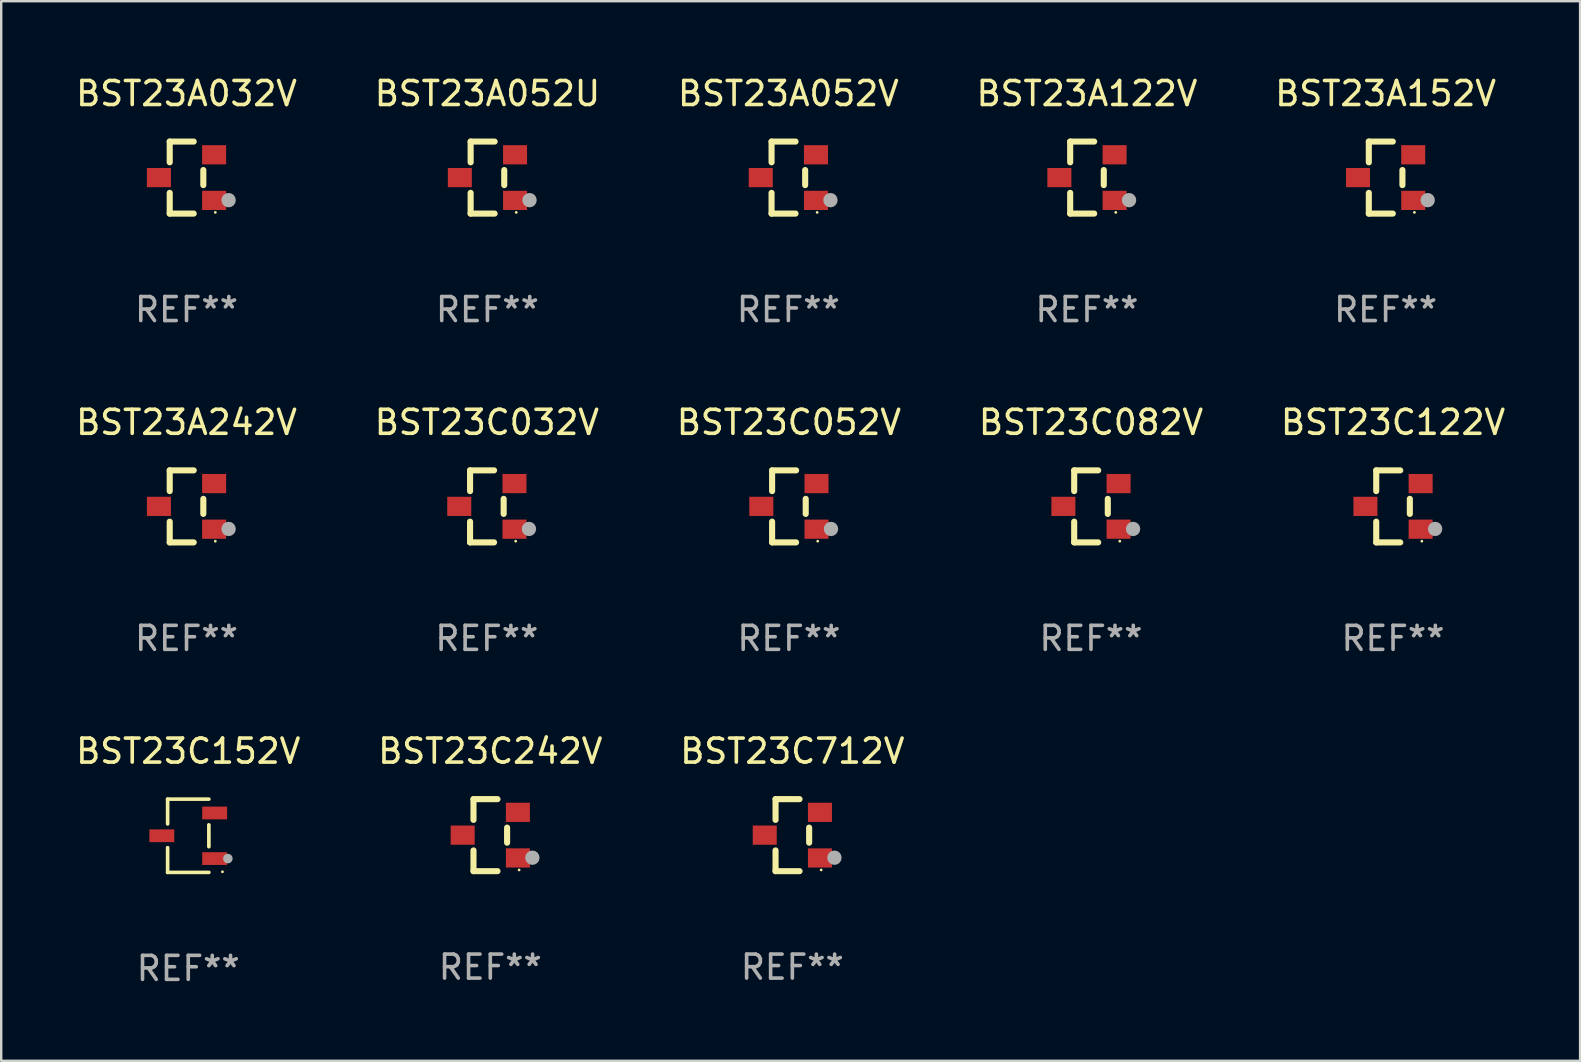
<source format=kicad_pcb>
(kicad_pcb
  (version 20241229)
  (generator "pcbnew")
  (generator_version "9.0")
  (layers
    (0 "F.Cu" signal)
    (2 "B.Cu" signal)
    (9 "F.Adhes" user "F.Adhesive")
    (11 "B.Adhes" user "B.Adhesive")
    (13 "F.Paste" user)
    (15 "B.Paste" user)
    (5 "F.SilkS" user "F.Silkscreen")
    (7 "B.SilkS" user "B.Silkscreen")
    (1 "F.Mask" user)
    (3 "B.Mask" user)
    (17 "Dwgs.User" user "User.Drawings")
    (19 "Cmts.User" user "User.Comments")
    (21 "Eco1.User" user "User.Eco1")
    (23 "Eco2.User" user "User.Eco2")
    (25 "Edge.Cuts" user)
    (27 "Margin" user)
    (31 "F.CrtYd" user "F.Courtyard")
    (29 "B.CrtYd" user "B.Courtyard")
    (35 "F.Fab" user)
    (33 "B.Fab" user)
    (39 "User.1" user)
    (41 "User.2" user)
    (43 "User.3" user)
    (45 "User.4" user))
  (footprint "BST23A052V"
    (layer "F.Cu")
    (at 29.792 4.348)
    (property "Reference" "BST23A052V" (at 0 -3.5 0) (layer "F.SilkS") (effects (font (size 1 1) (thickness 0.15))))
    (attr through_hole)
    (fp_line (start -0.7 -1.5) (end 0.3 -1.5) (stroke (width 0.254) (type solid)) (layer "F.SilkS"))
    (fp_line (start -0.7 -0.636) (end -0.7 -1.5) (stroke (width 0.254) (type solid)) (layer "F.SilkS"))
    (fp_line (start -0.7 1.5) (end -0.7 0.636) (stroke (width 0.254) (type solid)) (layer "F.SilkS"))
    (fp_line (start -0.7 1.5) (end 0.3 1.5) (stroke (width 0.254) (type solid)) (layer "F.SilkS"))
    (fp_line (start 0.7 0.314) (end 0.7 -0.314) (stroke (width 0.254) (type solid)) (layer "F.SilkS"))
    (fp_circle (center 1.2 1.45) (end 1.23 1.45) (stroke (width 0.06) (type solid)) (fill no) (layer "F.SilkS"))
    (fp_circle (center 1.753 0.94) (end 1.903 0.94) (stroke (width 0.3) (type solid)) (fill no) (layer "F.Fab"))
    (fp_text user "REF**" (at 0 5.5 0) (layer "F.Fab") (effects (font (size 1 1) (thickness 0.15))))
    (pad "1" smd rect (at 1.15 0.95 180) (size 1 0.8) (layers "F.Cu" "F.Mask" "F.Paste"))
    (pad "2" smd rect (at 1.15 -0.95 180) (size 1 0.8) (layers "F.Cu" "F.Mask" "F.Paste"))
    (pad "3" smd rect (at -1.15 -0.000051 180) (size 1 0.8) (layers "F.Cu" "F.Mask" "F.Paste")))
  (footprint "BST23A032V"
    (layer "F.Cu")
    (at 4.72 4.348)
    (property "Reference" "BST23A032V" (at 0 -3.5 0) (layer "F.SilkS") (effects (font (size 1 1) (thickness 0.15))))
    (attr through_hole)
    (fp_line (start -0.7 -1.5) (end 0.3 -1.5) (stroke (width 0.254) (type solid)) (layer "F.SilkS"))
    (fp_line (start -0.7 -0.636) (end -0.7 -1.5) (stroke (width 0.254) (type solid)) (layer "F.SilkS"))
    (fp_line (start -0.7 1.5) (end -0.7 0.636) (stroke (width 0.254) (type solid)) (layer "F.SilkS"))
    (fp_line (start -0.7 1.5) (end 0.3 1.5) (stroke (width 0.254) (type solid)) (layer "F.SilkS"))
    (fp_line (start 0.7 0.314) (end 0.7 -0.314) (stroke (width 0.254) (type solid)) (layer "F.SilkS"))
    (fp_circle (center 1.2 1.45) (end 1.23 1.45) (stroke (width 0.06) (type solid)) (fill no) (layer "F.SilkS"))
    (fp_circle (center 1.753 0.94) (end 1.903 0.94) (stroke (width 0.3) (type solid)) (fill no) (layer "F.Fab"))
    (fp_text user "REF**" (at 0 5.5 0) (layer "F.Fab") (effects (font (size 1 1) (thickness 0.15))))
    (pad "1" smd rect (at 1.15 0.95 180) (size 1 0.8) (layers "F.Cu" "F.Mask" "F.Paste"))
    (pad "2" smd rect (at 1.15 -0.95 180) (size 1 0.8) (layers "F.Cu" "F.Mask" "F.Paste"))
    (pad "3" smd rect (at -1.15 -0.000051 180) (size 1 0.8) (layers "F.Cu" "F.Mask" "F.Paste")))
  (footprint "BST23C152V"
    (layer "F.Cu")
    (at 4.792 31.767)
    (property "Reference" "BST23C152V" (at 0 -3.526 0) (layer "F.SilkS") (effects (font (size 1 1) (thickness 0.15))))
    (attr through_hole)
    (fp_line (start -0.859 -1.526) (end -0.859 -0.495) (stroke (width 0.152) (type solid)) (layer "F.SilkS"))
    (fp_line (start -0.859 1.526) (end -0.859 0.495) (stroke (width 0.152) (type solid)) (layer "F.SilkS"))
    (fp_line (start 0.859 -1.526) (end -0.859 -1.526) (stroke (width 0.152) (type solid)) (layer "F.SilkS"))
    (fp_line (start 0.859 -0.455) (end 0.859 0.455) (stroke (width 0.152) (type solid)) (layer "F.SilkS"))
    (fp_line (start 0.859 1.526) (end -0.859 1.526) (stroke (width 0.152) (type solid)) (layer "F.SilkS"))
    (fp_circle (center 1.425 1.5) (end 1.455 1.5) (stroke (width 0.06) (type solid)) (fill no) (layer "F.SilkS"))
    (fp_circle (center 1.65 0.95) (end 1.75 0.95) (stroke (width 0.2) (type solid)) (fill no) (layer "F.Fab"))
    (fp_text user "REF**" (at 0 5.526 0) (layer "F.Fab") (effects (font (size 1 1) (thickness 0.15))))
    (pad "1" smd rect (at 1.101 0.95) (size 1.037 0.532) (layers "F.Cu" "F.Mask" "F.Paste"))
    (pad "2" smd rect (at 1.101 -0.95) (size 1.037 0.532) (layers "F.Cu" "F.Mask" "F.Paste"))
    (pad "3" smd rect (at -1.101 0) (size 1.037 0.532) (layers "F.Cu" "F.Mask" "F.Paste")))
  (footprint "BST23A052U"
    (layer "F.Cu")
    (at 17.256 4.348)
    (property "Reference" "BST23A052U" (at 0 -3.5 0) (layer "F.SilkS") (effects (font (size 1 1) (thickness 0.15))))
    (attr through_hole)
    (fp_line (start -0.7 -1.5) (end 0.3 -1.5) (stroke (width 0.254) (type solid)) (layer "F.SilkS"))
    (fp_line (start -0.7 -0.636) (end -0.7 -1.5) (stroke (width 0.254) (type solid)) (layer "F.SilkS"))
    (fp_line (start -0.7 1.5) (end -0.7 0.636) (stroke (width 0.254) (type solid)) (layer "F.SilkS"))
    (fp_line (start -0.7 1.5) (end 0.3 1.5) (stroke (width 0.254) (type solid)) (layer "F.SilkS"))
    (fp_line (start 0.7 0.314) (end 0.7 -0.314) (stroke (width 0.254) (type solid)) (layer "F.SilkS"))
    (fp_circle (center 1.2 1.45) (end 1.23 1.45) (stroke (width 0.06) (type solid)) (fill no) (layer "F.SilkS"))
    (fp_circle (center 1.753 0.94) (end 1.903 0.94) (stroke (width 0.3) (type solid)) (fill no) (layer "F.Fab"))
    (fp_text user "REF**" (at 0 5.5 0) (layer "F.Fab") (effects (font (size 1 1) (thickness 0.15))))
    (pad "1" smd rect (at 1.15 0.95 180) (size 1 0.8) (layers "F.Cu" "F.Mask" "F.Paste"))
    (pad "2" smd rect (at 1.15 -0.95 180) (size 1 0.8) (layers "F.Cu" "F.Mask" "F.Paste"))
    (pad "3" smd rect (at -1.15 -0.000051 180) (size 1 0.8) (layers "F.Cu" "F.Mask" "F.Paste")))
  (footprint "BST23A122V"
    (layer "F.Cu")
    (at 42.232 4.348)
    (property "Reference" "BST23A122V" (at 0 -3.5 0) (layer "F.SilkS") (effects (font (size 1 1) (thickness 0.15))))
    (attr through_hole)
    (fp_line (start -0.7 -1.5) (end 0.3 -1.5) (stroke (width 0.254) (type solid)) (layer "F.SilkS"))
    (fp_line (start -0.7 -0.636) (end -0.7 -1.5) (stroke (width 0.254) (type solid)) (layer "F.SilkS"))
    (fp_line (start -0.7 1.5) (end -0.7 0.636) (stroke (width 0.254) (type solid)) (layer "F.SilkS"))
    (fp_line (start -0.7 1.5) (end 0.3 1.5) (stroke (width 0.254) (type solid)) (layer "F.SilkS"))
    (fp_line (start 0.7 0.314) (end 0.7 -0.314) (stroke (width 0.254) (type solid)) (layer "F.SilkS"))
    (fp_circle (center 1.2 1.45) (end 1.23 1.45) (stroke (width 0.06) (type solid)) (fill no) (layer "F.SilkS"))
    (fp_circle (center 1.753 0.94) (end 1.903 0.94) (stroke (width 0.3) (type solid)) (fill no) (layer "F.Fab"))
    (fp_text user "REF**" (at 0 5.5 0) (layer "F.Fab") (effects (font (size 1 1) (thickness 0.15))))
    (pad "1" smd rect (at 1.15 0.95 180) (size 1 0.8) (layers "F.Cu" "F.Mask" "F.Paste"))
    (pad "2" smd rect (at 1.15 -0.95 180) (size 1 0.8) (layers "F.Cu" "F.Mask" "F.Paste"))
    (pad "3" smd rect (at -1.15 -0.000051 180) (size 1 0.8) (layers "F.Cu" "F.Mask" "F.Paste")))
  (footprint "BST23A242V"
    (layer "F.Cu")
    (at 4.72 18.045)
    (property "Reference" "BST23A242V" (at 0 -3.5 0) (layer "F.SilkS") (effects (font (size 1 1) (thickness 0.15))))
    (attr through_hole)
    (fp_line (start -0.7 -1.5) (end 0.3 -1.5) (stroke (width 0.254) (type solid)) (layer "F.SilkS"))
    (fp_line (start -0.7 -0.636) (end -0.7 -1.5) (stroke (width 0.254) (type solid)) (layer "F.SilkS"))
    (fp_line (start -0.7 1.5) (end -0.7 0.636) (stroke (width 0.254) (type solid)) (layer "F.SilkS"))
    (fp_line (start -0.7 1.5) (end 0.3 1.5) (stroke (width 0.254) (type solid)) (layer "F.SilkS"))
    (fp_line (start 0.7 0.314) (end 0.7 -0.314) (stroke (width 0.254) (type solid)) (layer "F.SilkS"))
    (fp_circle (center 1.2 1.45) (end 1.23 1.45) (stroke (width 0.06) (type solid)) (fill no) (layer "F.SilkS"))
    (fp_circle (center 1.753 0.94) (end 1.903 0.94) (stroke (width 0.3) (type solid)) (fill no) (layer "F.Fab"))
    (fp_text user "REF**" (at 0 5.5 0) (layer "F.Fab") (effects (font (size 1 1) (thickness 0.15))))
    (pad "1" smd rect (at 1.15 0.95 180) (size 1 0.8) (layers "F.Cu" "F.Mask" "F.Paste"))
    (pad "2" smd rect (at 1.15 -0.95 180) (size 1 0.8) (layers "F.Cu" "F.Mask" "F.Paste"))
    (pad "3" smd rect (at -1.15 -0.000051 180) (size 1 0.8) (layers "F.Cu" "F.Mask" "F.Paste")))
  (footprint "BST23C032V"
    (layer "F.Cu")
    (at 17.232 18.045)
    (property "Reference" "BST23C032V" (at 0 -3.5 0) (layer "F.SilkS") (effects (font (size 1 1) (thickness 0.15))))
    (attr through_hole)
    (fp_line (start -0.7 -1.5) (end 0.3 -1.5) (stroke (width 0.254) (type solid)) (layer "F.SilkS"))
    (fp_line (start -0.7 -0.636) (end -0.7 -1.5) (stroke (width 0.254) (type solid)) (layer "F.SilkS"))
    (fp_line (start -0.7 1.5) (end -0.7 0.636) (stroke (width 0.254) (type solid)) (layer "F.SilkS"))
    (fp_line (start -0.7 1.5) (end 0.3 1.5) (stroke (width 0.254) (type solid)) (layer "F.SilkS"))
    (fp_line (start 0.7 0.314) (end 0.7 -0.314) (stroke (width 0.254) (type solid)) (layer "F.SilkS"))
    (fp_circle (center 1.2 1.45) (end 1.23 1.45) (stroke (width 0.06) (type solid)) (fill no) (layer "F.SilkS"))
    (fp_circle (center 1.753 0.94) (end 1.903 0.94) (stroke (width 0.3) (type solid)) (fill no) (layer "F.Fab"))
    (fp_text user "REF**" (at 0 5.5 0) (layer "F.Fab") (effects (font (size 1 1) (thickness 0.15))))
    (pad "1" smd rect (at 1.15 0.95 180) (size 1 0.8) (layers "F.Cu" "F.Mask" "F.Paste"))
    (pad "2" smd rect (at 1.15 -0.95 180) (size 1 0.8) (layers "F.Cu" "F.Mask" "F.Paste"))
    (pad "3" smd rect (at -1.15 -0.000051 180) (size 1 0.8) (layers "F.Cu" "F.Mask" "F.Paste")))
  (footprint "BST23C712V"
    (layer "F.Cu")
    (at 29.958 31.741)
    (property "Reference" "BST23C712V" (at 0 -3.5 0) (layer "F.SilkS") (effects (font (size 1 1) (thickness 0.15))))
    (attr through_hole)
    (fp_line (start -0.7 -1.5) (end 0.3 -1.5) (stroke (width 0.254) (type solid)) (layer "F.SilkS"))
    (fp_line (start -0.7 -0.636) (end -0.7 -1.5) (stroke (width 0.254) (type solid)) (layer "F.SilkS"))
    (fp_line (start -0.7 1.5) (end -0.7 0.636) (stroke (width 0.254) (type solid)) (layer "F.SilkS"))
    (fp_line (start -0.7 1.5) (end 0.3 1.5) (stroke (width 0.254) (type solid)) (layer "F.SilkS"))
    (fp_line (start 0.7 0.314) (end 0.7 -0.314) (stroke (width 0.254) (type solid)) (layer "F.SilkS"))
    (fp_circle (center 1.2 1.45) (end 1.23 1.45) (stroke (width 0.06) (type solid)) (fill no) (layer "F.SilkS"))
    (fp_circle (center 1.753 0.94) (end 1.903 0.94) (stroke (width 0.3) (type solid)) (fill no) (layer "F.Fab"))
    (fp_text user "REF**" (at 0 5.5 0) (layer "F.Fab") (effects (font (size 1 1) (thickness 0.15))))
    (pad "1" smd rect (at 1.15 0.95 180) (size 1 0.8) (layers "F.Cu" "F.Mask" "F.Paste"))
    (pad "2" smd rect (at 1.15 -0.95 180) (size 1 0.8) (layers "F.Cu" "F.Mask" "F.Paste"))
    (pad "3" smd rect (at -1.15 -0.000051 180) (size 1 0.8) (layers "F.Cu" "F.Mask" "F.Paste")))
  (footprint "BST23C052V"
    (layer "F.Cu")
    (at 29.815 18.045)
    (property "Reference" "BST23C052V" (at 0 -3.5 0) (layer "F.SilkS") (effects (font (size 1 1) (thickness 0.15))))
    (attr through_hole)
    (fp_line (start -0.7 -1.5) (end 0.3 -1.5) (stroke (width 0.254) (type solid)) (layer "F.SilkS"))
    (fp_line (start -0.7 -0.636) (end -0.7 -1.5) (stroke (width 0.254) (type solid)) (layer "F.SilkS"))
    (fp_line (start -0.7 1.5) (end -0.7 0.636) (stroke (width 0.254) (type solid)) (layer "F.SilkS"))
    (fp_line (start -0.7 1.5) (end 0.3 1.5) (stroke (width 0.254) (type solid)) (layer "F.SilkS"))
    (fp_line (start 0.7 0.314) (end 0.7 -0.314) (stroke (width 0.254) (type solid)) (layer "F.SilkS"))
    (fp_circle (center 1.2 1.45) (end 1.23 1.45) (stroke (width 0.06) (type solid)) (fill no) (layer "F.SilkS"))
    (fp_circle (center 1.753 0.94) (end 1.903 0.94) (stroke (width 0.3) (type solid)) (fill no) (layer "F.Fab"))
    (fp_text user "REF**" (at 0 5.5 0) (layer "F.Fab") (effects (font (size 1 1) (thickness 0.15))))
    (pad "1" smd rect (at 1.15 0.95 180) (size 1 0.8) (layers "F.Cu" "F.Mask" "F.Paste"))
    (pad "2" smd rect (at 1.15 -0.95 180) (size 1 0.8) (layers "F.Cu" "F.Mask" "F.Paste"))
    (pad "3" smd rect (at -1.15 -0.000051 180) (size 1 0.8) (layers "F.Cu" "F.Mask" "F.Paste")))
  (footprint "BST23C122V"
    (layer "F.Cu")
    (at 54.982 18.045)
    (property "Reference" "BST23C122V" (at 0 -3.5 0) (layer "F.SilkS") (effects (font (size 1 1) (thickness 0.15))))
    (attr through_hole)
    (fp_line (start -0.7 -1.5) (end 0.3 -1.5) (stroke (width 0.254) (type solid)) (layer "F.SilkS"))
    (fp_line (start -0.7 -0.636) (end -0.7 -1.5) (stroke (width 0.254) (type solid)) (layer "F.SilkS"))
    (fp_line (start -0.7 1.5) (end -0.7 0.636) (stroke (width 0.254) (type solid)) (layer "F.SilkS"))
    (fp_line (start -0.7 1.5) (end 0.3 1.5) (stroke (width 0.254) (type solid)) (layer "F.SilkS"))
    (fp_line (start 0.7 0.314) (end 0.7 -0.314) (stroke (width 0.254) (type solid)) (layer "F.SilkS"))
    (fp_circle (center 1.2 1.45) (end 1.23 1.45) (stroke (width 0.06) (type solid)) (fill no) (layer "F.SilkS"))
    (fp_circle (center 1.753 0.94) (end 1.903 0.94) (stroke (width 0.3) (type solid)) (fill no) (layer "F.Fab"))
    (fp_text user "REF**" (at 0 5.5 0) (layer "F.Fab") (effects (font (size 1 1) (thickness 0.15))))
    (pad "1" smd rect (at 1.15 0.95 180) (size 1 0.8) (layers "F.Cu" "F.Mask" "F.Paste"))
    (pad "2" smd rect (at 1.15 -0.95 180) (size 1 0.8) (layers "F.Cu" "F.Mask" "F.Paste"))
    (pad "3" smd rect (at -1.15 -0.000051 180) (size 1 0.8) (layers "F.Cu" "F.Mask" "F.Paste")))
  (footprint "BST23C242V"
    (layer "F.Cu")
    (at 17.375 31.741)
    (property "Reference" "BST23C242V" (at 0 -3.5 0) (layer "F.SilkS") (effects (font (size 1 1) (thickness 0.15))))
    (attr through_hole)
    (fp_line (start -0.7 -1.5) (end 0.3 -1.5) (stroke (width 0.254) (type solid)) (layer "F.SilkS"))
    (fp_line (start -0.7 -0.636) (end -0.7 -1.5) (stroke (width 0.254) (type solid)) (layer "F.SilkS"))
    (fp_line (start -0.7 1.5) (end -0.7 0.636) (stroke (width 0.254) (type solid)) (layer "F.SilkS"))
    (fp_line (start -0.7 1.5) (end 0.3 1.5) (stroke (width 0.254) (type solid)) (layer "F.SilkS"))
    (fp_line (start 0.7 0.314) (end 0.7 -0.314) (stroke (width 0.254) (type solid)) (layer "F.SilkS"))
    (fp_circle (center 1.2 1.45) (end 1.23 1.45) (stroke (width 0.06) (type solid)) (fill no) (layer "F.SilkS"))
    (fp_circle (center 1.753 0.94) (end 1.903 0.94) (stroke (width 0.3) (type solid)) (fill no) (layer "F.Fab"))
    (fp_text user "REF**" (at 0 5.5 0) (layer "F.Fab") (effects (font (size 1 1) (thickness 0.15))))
    (pad "1" smd rect (at 1.15 0.95 180) (size 1 0.8) (layers "F.Cu" "F.Mask" "F.Paste"))
    (pad "2" smd rect (at 1.15 -0.95 180) (size 1 0.8) (layers "F.Cu" "F.Mask" "F.Paste"))
    (pad "3" smd rect (at -1.15 -0.000051 180) (size 1 0.8) (layers "F.Cu" "F.Mask" "F.Paste")))
  (footprint "BST23C082V"
    (layer "F.Cu")
    (at 42.399 18.045)
    (property "Reference" "BST23C082V" (at 0 -3.5 0) (layer "F.SilkS") (effects (font (size 1 1) (thickness 0.15))))
    (attr through_hole)
    (fp_line (start -0.7 -1.5) (end 0.3 -1.5) (stroke (width 0.254) (type solid)) (layer "F.SilkS"))
    (fp_line (start -0.7 -0.636) (end -0.7 -1.5) (stroke (width 0.254) (type solid)) (layer "F.SilkS"))
    (fp_line (start -0.7 1.5) (end -0.7 0.636) (stroke (width 0.254) (type solid)) (layer "F.SilkS"))
    (fp_line (start -0.7 1.5) (end 0.3 1.5) (stroke (width 0.254) (type solid)) (layer "F.SilkS"))
    (fp_line (start 0.7 0.314) (end 0.7 -0.314) (stroke (width 0.254) (type solid)) (layer "F.SilkS"))
    (fp_circle (center 1.2 1.45) (end 1.23 1.45) (stroke (width 0.06) (type solid)) (fill no) (layer "F.SilkS"))
    (fp_circle (center 1.753 0.94) (end 1.903 0.94) (stroke (width 0.3) (type solid)) (fill no) (layer "F.Fab"))
    (fp_text user "REF**" (at 0 5.5 0) (layer "F.Fab") (effects (font (size 1 1) (thickness 0.15))))
    (pad "1" smd rect (at 1.15 0.95 180) (size 1 0.8) (layers "F.Cu" "F.Mask" "F.Paste"))
    (pad "2" smd rect (at 1.15 -0.95 180) (size 1 0.8) (layers "F.Cu" "F.Mask" "F.Paste"))
    (pad "3" smd rect (at -1.15 -0.000051 180) (size 1 0.8) (layers "F.Cu" "F.Mask" "F.Paste")))
  (footprint "BST23A152V"
    (layer "F.Cu")
    (at 54.673 4.348)
    (property "Reference" "BST23A152V" (at 0 -3.5 0) (layer "F.SilkS") (effects (font (size 1 1) (thickness 0.15))))
    (attr through_hole)
    (fp_line (start -0.7 -1.5) (end 0.3 -1.5) (stroke (width 0.254) (type solid)) (layer "F.SilkS"))
    (fp_line (start -0.7 -0.636) (end -0.7 -1.5) (stroke (width 0.254) (type solid)) (layer "F.SilkS"))
    (fp_line (start -0.7 1.5) (end -0.7 0.636) (stroke (width 0.254) (type solid)) (layer "F.SilkS"))
    (fp_line (start -0.7 1.5) (end 0.3 1.5) (stroke (width 0.254) (type solid)) (layer "F.SilkS"))
    (fp_line (start 0.7 0.314) (end 0.7 -0.314) (stroke (width 0.254) (type solid)) (layer "F.SilkS"))
    (fp_circle (center 1.2 1.45) (end 1.23 1.45) (stroke (width 0.06) (type solid)) (fill no) (layer "F.SilkS"))
    (fp_circle (center 1.753 0.94) (end 1.903 0.94) (stroke (width 0.3) (type solid)) (fill no) (layer "F.Fab"))
    (fp_text user "REF**" (at 0 5.5 0) (layer "F.Fab") (effects (font (size 1 1) (thickness 0.15))))
    (pad "1" smd rect (at 1.15 0.95 180) (size 1 0.8) (layers "F.Cu" "F.Mask" "F.Paste"))
    (pad "2" smd rect (at 1.15 -0.95 180) (size 1 0.8) (layers "F.Cu" "F.Mask" "F.Paste"))
    (pad "3" smd rect (at -1.15 -0.000051 180) (size 1 0.8) (layers "F.Cu" "F.Mask" "F.Paste")))
  (gr_rect
    (start -3 -3)
    (end 62.774 41.142)
    (stroke (width 0.1) (type default))
    (fill no)
    (layer "Edge.Cuts")))
</source>
